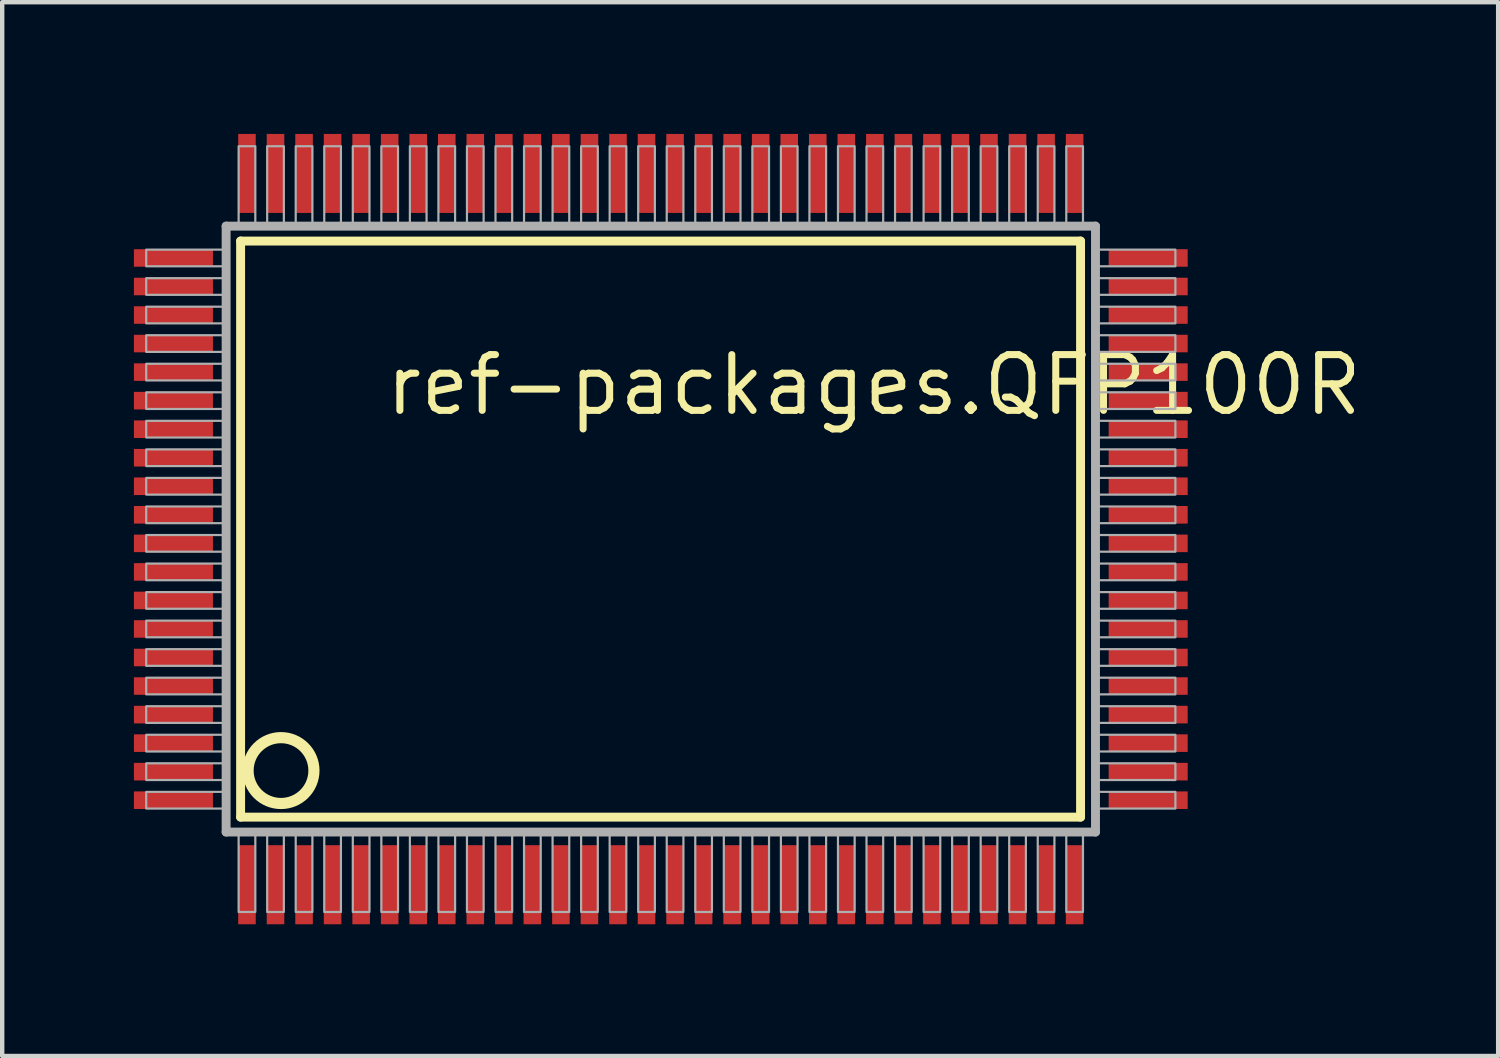
<source format=kicad_pcb>
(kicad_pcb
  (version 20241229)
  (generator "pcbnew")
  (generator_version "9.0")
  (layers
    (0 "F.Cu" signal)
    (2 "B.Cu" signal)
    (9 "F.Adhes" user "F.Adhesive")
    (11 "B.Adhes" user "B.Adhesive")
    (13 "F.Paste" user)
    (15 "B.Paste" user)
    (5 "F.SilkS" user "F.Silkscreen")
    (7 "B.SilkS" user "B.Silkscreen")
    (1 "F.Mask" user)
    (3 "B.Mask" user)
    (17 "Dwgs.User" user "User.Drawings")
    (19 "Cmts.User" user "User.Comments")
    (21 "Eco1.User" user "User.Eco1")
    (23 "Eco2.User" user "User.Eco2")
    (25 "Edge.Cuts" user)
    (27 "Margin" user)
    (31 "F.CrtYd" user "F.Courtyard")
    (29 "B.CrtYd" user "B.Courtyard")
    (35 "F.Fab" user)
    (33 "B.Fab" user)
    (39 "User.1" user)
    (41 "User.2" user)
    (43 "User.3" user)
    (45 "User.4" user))
  (footprint "ref-packages.QFP100R"
    (layer "F.Cu")
    (at 12 9)
    (property "Reference" "ref-packages.QFP100R" (at -6.35 -2.54 0) (layer "F.SilkS") (effects (font (size 1.27 1.27) (thickness 0.16)) (justify left bottom)))
    (attr smd)
    (fp_line (start -9.57 -6.56) (end 9.56 -6.56) (stroke (width 0.203) (type default)) (layer "F.SilkS"))
    (fp_line (start -9.57 6.56) (end -9.57 -6.56) (stroke (width 0.203) (type default)) (layer "F.SilkS"))
    (fp_line (start 9.56 -6.56) (end 9.56 6.56) (stroke (width 0.203) (type default)) (layer "F.SilkS"))
    (fp_line (start 9.56 6.56) (end -9.57 6.56) (stroke (width 0.203) (type default)) (layer "F.SilkS"))
    (fp_circle (center -8.65 5.5) (end -7.9 5.5) (stroke (width 0.254) (type default)) (fill no) (layer "F.SilkS"))
    (fp_line (start -9.9 -6.9) (end -9.9 6.9) (stroke (width 0.203) (type default)) (layer "F.Fab"))
    (fp_line (start -9.9 6.9) (end 9.9 6.9) (stroke (width 0.203) (type default)) (layer "F.Fab"))
    (fp_line (start 9.9 -6.9) (end -9.9 -6.9) (stroke (width 0.203) (type default)) (layer "F.Fab"))
    (fp_line (start 9.9 6.9) (end 9.9 -6.9) (stroke (width 0.203) (type default)) (layer "F.Fab"))
    (fp_rect (start -11.72 -5.985) (end -9.95 -6.365) (stroke (width 0.05) (type default)) (fill no) (layer "F.Fab"))
    (fp_rect (start -11.72 -5.335) (end -9.95 -5.715) (stroke (width 0.05) (type default)) (fill no) (layer "F.Fab"))
    (fp_rect (start -11.72 -4.685) (end -9.95 -5.065) (stroke (width 0.05) (type default)) (fill no) (layer "F.Fab"))
    (fp_rect (start -11.72 -4.035) (end -9.95 -4.415) (stroke (width 0.05) (type default)) (fill no) (layer "F.Fab"))
    (fp_rect (start -11.72 -3.385) (end -9.95 -3.765) (stroke (width 0.05) (type default)) (fill no) (layer "F.Fab"))
    (fp_rect (start -11.72 -2.735) (end -9.95 -3.115) (stroke (width 0.05) (type default)) (fill no) (layer "F.Fab"))
    (fp_rect (start -11.72 -2.085) (end -9.95 -2.465) (stroke (width 0.05) (type default)) (fill no) (layer "F.Fab"))
    (fp_rect (start -11.72 -1.435) (end -9.95 -1.815) (stroke (width 0.05) (type default)) (fill no) (layer "F.Fab"))
    (fp_rect (start -11.72 -0.785) (end -9.95 -1.165) (stroke (width 0.05) (type default)) (fill no) (layer "F.Fab"))
    (fp_rect (start -11.72 -0.135) (end -9.95 -0.515) (stroke (width 0.05) (type default)) (fill no) (layer "F.Fab"))
    (fp_rect (start -11.72 0.515) (end -9.95 0.135) (stroke (width 0.05) (type default)) (fill no) (layer "F.Fab"))
    (fp_rect (start -11.72 1.165) (end -9.95 0.785) (stroke (width 0.05) (type default)) (fill no) (layer "F.Fab"))
    (fp_rect (start -11.72 1.815) (end -9.95 1.435) (stroke (width 0.05) (type default)) (fill no) (layer "F.Fab"))
    (fp_rect (start -11.72 2.465) (end -9.95 2.085) (stroke (width 0.05) (type default)) (fill no) (layer "F.Fab"))
    (fp_rect (start -11.72 3.115) (end -9.95 2.735) (stroke (width 0.05) (type default)) (fill no) (layer "F.Fab"))
    (fp_rect (start -11.72 3.765) (end -9.95 3.385) (stroke (width 0.05) (type default)) (fill no) (layer "F.Fab"))
    (fp_rect (start -11.72 4.415) (end -9.95 4.035) (stroke (width 0.05) (type default)) (fill no) (layer "F.Fab"))
    (fp_rect (start -11.72 5.065) (end -9.95 4.685) (stroke (width 0.05) (type default)) (fill no) (layer "F.Fab"))
    (fp_rect (start -11.72 5.715) (end -9.95 5.335) (stroke (width 0.05) (type default)) (fill no) (layer "F.Fab"))
    (fp_rect (start -11.72 6.365) (end -9.95 5.985) (stroke (width 0.05) (type default)) (fill no) (layer "F.Fab"))
    (fp_rect (start -9.615 -6.95) (end -9.235 -8.72) (stroke (width 0.05) (type default)) (fill no) (layer "F.Fab"))
    (fp_rect (start -9.615 8.72) (end -9.235 6.95) (stroke (width 0.05) (type default)) (fill no) (layer "F.Fab"))
    (fp_rect (start -8.965 -6.95) (end -8.585 -8.72) (stroke (width 0.05) (type default)) (fill no) (layer "F.Fab"))
    (fp_rect (start -8.965 8.72) (end -8.585 6.95) (stroke (width 0.05) (type default)) (fill no) (layer "F.Fab"))
    (fp_rect (start -8.315 -6.95) (end -7.935 -8.72) (stroke (width 0.05) (type default)) (fill no) (layer "F.Fab"))
    (fp_rect (start -8.315 8.72) (end -7.935 6.95) (stroke (width 0.05) (type default)) (fill no) (layer "F.Fab"))
    (fp_rect (start -7.665 -6.95) (end -7.285 -8.72) (stroke (width 0.05) (type default)) (fill no) (layer "F.Fab"))
    (fp_rect (start -7.665 8.72) (end -7.285 6.95) (stroke (width 0.05) (type default)) (fill no) (layer "F.Fab"))
    (fp_rect (start -7.015 -6.95) (end -6.635 -8.72) (stroke (width 0.05) (type default)) (fill no) (layer "F.Fab"))
    (fp_rect (start -7.015 8.72) (end -6.635 6.95) (stroke (width 0.05) (type default)) (fill no) (layer "F.Fab"))
    (fp_rect (start -6.365 -6.95) (end -5.985 -8.72) (stroke (width 0.05) (type default)) (fill no) (layer "F.Fab"))
    (fp_rect (start -6.365 8.72) (end -5.985 6.95) (stroke (width 0.05) (type default)) (fill no) (layer "F.Fab"))
    (fp_rect (start -5.715 -6.95) (end -5.335 -8.72) (stroke (width 0.05) (type default)) (fill no) (layer "F.Fab"))
    (fp_rect (start -5.715 8.72) (end -5.335 6.95) (stroke (width 0.05) (type default)) (fill no) (layer "F.Fab"))
    (fp_rect (start -5.065 -6.95) (end -4.685 -8.72) (stroke (width 0.05) (type default)) (fill no) (layer "F.Fab"))
    (fp_rect (start -5.065 8.72) (end -4.685 6.95) (stroke (width 0.05) (type default)) (fill no) (layer "F.Fab"))
    (fp_rect (start -4.415 -6.95) (end -4.035 -8.72) (stroke (width 0.05) (type default)) (fill no) (layer "F.Fab"))
    (fp_rect (start -4.415 8.72) (end -4.035 6.95) (stroke (width 0.05) (type default)) (fill no) (layer "F.Fab"))
    (fp_rect (start -3.765 -6.95) (end -3.385 -8.72) (stroke (width 0.05) (type default)) (fill no) (layer "F.Fab"))
    (fp_rect (start -3.765 8.72) (end -3.385 6.95) (stroke (width 0.05) (type default)) (fill no) (layer "F.Fab"))
    (fp_rect (start -3.115 -6.95) (end -2.735 -8.72) (stroke (width 0.05) (type default)) (fill no) (layer "F.Fab"))
    (fp_rect (start -3.115 8.72) (end -2.735 6.95) (stroke (width 0.05) (type default)) (fill no) (layer "F.Fab"))
    (fp_rect (start -2.465 -6.95) (end -2.085 -8.72) (stroke (width 0.05) (type default)) (fill no) (layer "F.Fab"))
    (fp_rect (start -2.465 8.72) (end -2.085 6.95) (stroke (width 0.05) (type default)) (fill no) (layer "F.Fab"))
    (fp_rect (start -1.815 -6.95) (end -1.435 -8.72) (stroke (width 0.05) (type default)) (fill no) (layer "F.Fab"))
    (fp_rect (start -1.815 8.72) (end -1.435 6.95) (stroke (width 0.05) (type default)) (fill no) (layer "F.Fab"))
    (fp_rect (start -1.165 -6.95) (end -0.785 -8.72) (stroke (width 0.05) (type default)) (fill no) (layer "F.Fab"))
    (fp_rect (start -1.165 8.72) (end -0.785 6.95) (stroke (width 0.05) (type default)) (fill no) (layer "F.Fab"))
    (fp_rect (start -0.515 -6.95) (end -0.135 -8.72) (stroke (width 0.05) (type default)) (fill no) (layer "F.Fab"))
    (fp_rect (start -0.515 8.72) (end -0.135 6.95) (stroke (width 0.05) (type default)) (fill no) (layer "F.Fab"))
    (fp_rect (start 0.135 -6.95) (end 0.515 -8.72) (stroke (width 0.05) (type default)) (fill no) (layer "F.Fab"))
    (fp_rect (start 0.135 8.72) (end 0.515 6.95) (stroke (width 0.05) (type default)) (fill no) (layer "F.Fab"))
    (fp_rect (start 0.785 -6.95) (end 1.165 -8.72) (stroke (width 0.05) (type default)) (fill no) (layer "F.Fab"))
    (fp_rect (start 0.785 8.72) (end 1.165 6.95) (stroke (width 0.05) (type default)) (fill no) (layer "F.Fab"))
    (fp_rect (start 1.435 -6.95) (end 1.815 -8.72) (stroke (width 0.05) (type default)) (fill no) (layer "F.Fab"))
    (fp_rect (start 1.435 8.72) (end 1.815 6.95) (stroke (width 0.05) (type default)) (fill no) (layer "F.Fab"))
    (fp_rect (start 2.085 -6.95) (end 2.465 -8.72) (stroke (width 0.05) (type default)) (fill no) (layer "F.Fab"))
    (fp_rect (start 2.085 8.72) (end 2.465 6.95) (stroke (width 0.05) (type default)) (fill no) (layer "F.Fab"))
    (fp_rect (start 2.735 -6.95) (end 3.115 -8.72) (stroke (width 0.05) (type default)) (fill no) (layer "F.Fab"))
    (fp_rect (start 2.735 8.72) (end 3.115 6.95) (stroke (width 0.05) (type default)) (fill no) (layer "F.Fab"))
    (fp_rect (start 3.385 -6.95) (end 3.765 -8.72) (stroke (width 0.05) (type default)) (fill no) (layer "F.Fab"))
    (fp_rect (start 3.385 8.72) (end 3.765 6.95) (stroke (width 0.05) (type default)) (fill no) (layer "F.Fab"))
    (fp_rect (start 4.035 -6.95) (end 4.415 -8.72) (stroke (width 0.05) (type default)) (fill no) (layer "F.Fab"))
    (fp_rect (start 4.035 8.72) (end 4.415 6.95) (stroke (width 0.05) (type default)) (fill no) (layer "F.Fab"))
    (fp_rect (start 4.685 -6.95) (end 5.065 -8.72) (stroke (width 0.05) (type default)) (fill no) (layer "F.Fab"))
    (fp_rect (start 4.685 8.72) (end 5.065 6.95) (stroke (width 0.05) (type default)) (fill no) (layer "F.Fab"))
    (fp_rect (start 5.335 -6.95) (end 5.715 -8.72) (stroke (width 0.05) (type default)) (fill no) (layer "F.Fab"))
    (fp_rect (start 5.335 8.72) (end 5.715 6.95) (stroke (width 0.05) (type default)) (fill no) (layer "F.Fab"))
    (fp_rect (start 5.985 -6.95) (end 6.365 -8.72) (stroke (width 0.05) (type default)) (fill no) (layer "F.Fab"))
    (fp_rect (start 5.985 8.72) (end 6.365 6.95) (stroke (width 0.05) (type default)) (fill no) (layer "F.Fab"))
    (fp_rect (start 6.635 -6.95) (end 7.015 -8.72) (stroke (width 0.05) (type default)) (fill no) (layer "F.Fab"))
    (fp_rect (start 6.635 8.72) (end 7.015 6.95) (stroke (width 0.05) (type default)) (fill no) (layer "F.Fab"))
    (fp_rect (start 7.285 -6.95) (end 7.665 -8.72) (stroke (width 0.05) (type default)) (fill no) (layer "F.Fab"))
    (fp_rect (start 7.285 8.72) (end 7.665 6.95) (stroke (width 0.05) (type default)) (fill no) (layer "F.Fab"))
    (fp_rect (start 7.935 -6.95) (end 8.315 -8.72) (stroke (width 0.05) (type default)) (fill no) (layer "F.Fab"))
    (fp_rect (start 7.935 8.72) (end 8.315 6.95) (stroke (width 0.05) (type default)) (fill no) (layer "F.Fab"))
    (fp_rect (start 8.585 -6.95) (end 8.965 -8.72) (stroke (width 0.05) (type default)) (fill no) (layer "F.Fab"))
    (fp_rect (start 8.585 8.72) (end 8.965 6.95) (stroke (width 0.05) (type default)) (fill no) (layer "F.Fab"))
    (fp_rect (start 9.235 -6.95) (end 9.615 -8.72) (stroke (width 0.05) (type default)) (fill no) (layer "F.Fab"))
    (fp_rect (start 9.235 8.72) (end 9.615 6.95) (stroke (width 0.05) (type default)) (fill no) (layer "F.Fab"))
    (fp_rect (start 9.95 -5.985) (end 11.72 -6.365) (stroke (width 0.05) (type default)) (fill no) (layer "F.Fab"))
    (fp_rect (start 9.95 -5.335) (end 11.72 -5.715) (stroke (width 0.05) (type default)) (fill no) (layer "F.Fab"))
    (fp_rect (start 9.95 -4.685) (end 11.72 -5.065) (stroke (width 0.05) (type default)) (fill no) (layer "F.Fab"))
    (fp_rect (start 9.95 -4.035) (end 11.72 -4.415) (stroke (width 0.05) (type default)) (fill no) (layer "F.Fab"))
    (fp_rect (start 9.95 -3.385) (end 11.72 -3.765) (stroke (width 0.05) (type default)) (fill no) (layer "F.Fab"))
    (fp_rect (start 9.95 -2.735) (end 11.72 -3.115) (stroke (width 0.05) (type default)) (fill no) (layer "F.Fab"))
    (fp_rect (start 9.95 -2.085) (end 11.72 -2.465) (stroke (width 0.05) (type default)) (fill no) (layer "F.Fab"))
    (fp_rect (start 9.95 -1.435) (end 11.72 -1.815) (stroke (width 0.05) (type default)) (fill no) (layer "F.Fab"))
    (fp_rect (start 9.95 -0.785) (end 11.72 -1.165) (stroke (width 0.05) (type default)) (fill no) (layer "F.Fab"))
    (fp_rect (start 9.95 -0.135) (end 11.72 -0.515) (stroke (width 0.05) (type default)) (fill no) (layer "F.Fab"))
    (fp_rect (start 9.95 0.515) (end 11.72 0.135) (stroke (width 0.05) (type default)) (fill no) (layer "F.Fab"))
    (fp_rect (start 9.95 1.165) (end 11.72 0.785) (stroke (width 0.05) (type default)) (fill no) (layer "F.Fab"))
    (fp_rect (start 9.95 1.815) (end 11.72 1.435) (stroke (width 0.05) (type default)) (fill no) (layer "F.Fab"))
    (fp_rect (start 9.95 2.465) (end 11.72 2.085) (stroke (width 0.05) (type default)) (fill no) (layer "F.Fab"))
    (fp_rect (start 9.95 3.115) (end 11.72 2.735) (stroke (width 0.05) (type default)) (fill no) (layer "F.Fab"))
    (fp_rect (start 9.95 3.765) (end 11.72 3.385) (stroke (width 0.05) (type default)) (fill no) (layer "F.Fab"))
    (fp_rect (start 9.95 4.415) (end 11.72 4.035) (stroke (width 0.05) (type default)) (fill no) (layer "F.Fab"))
    (fp_rect (start 9.95 5.065) (end 11.72 4.685) (stroke (width 0.05) (type default)) (fill no) (layer "F.Fab"))
    (fp_rect (start 9.95 5.715) (end 11.72 5.335) (stroke (width 0.05) (type default)) (fill no) (layer "F.Fab"))
    (fp_rect (start 9.95 6.365) (end 11.72 5.985) (stroke (width 0.05) (type default)) (fill no) (layer "F.Fab"))
    (pad "1" smd roundrect (at -9.425 8.1) (size 0.4 1.8) (layers "F.Cu" "F.Mask" "F.Paste") (roundrect_rratio 0.01))
    (pad "2" smd roundrect (at -8.775 8.1) (size 0.4 1.8) (layers "F.Cu" "F.Mask" "F.Paste") (roundrect_rratio 0.01))
    (pad "3" smd roundrect (at -8.125 8.1) (size 0.4 1.8) (layers "F.Cu" "F.Mask" "F.Paste") (roundrect_rratio 0.01))
    (pad "4" smd roundrect (at -7.475 8.1) (size 0.4 1.8) (layers "F.Cu" "F.Mask" "F.Paste") (roundrect_rratio 0.01))
    (pad "5" smd roundrect (at -6.825 8.1) (size 0.4 1.8) (layers "F.Cu" "F.Mask" "F.Paste") (roundrect_rratio 0.01))
    (pad "6" smd roundrect (at -6.175 8.1) (size 0.4 1.8) (layers "F.Cu" "F.Mask" "F.Paste") (roundrect_rratio 0.01))
    (pad "7" smd roundrect (at -5.525 8.1) (size 0.4 1.8) (layers "F.Cu" "F.Mask" "F.Paste") (roundrect_rratio 0.01))
    (pad "8" smd roundrect (at -4.875 8.1) (size 0.4 1.8) (layers "F.Cu" "F.Mask" "F.Paste") (roundrect_rratio 0.01))
    (pad "9" smd roundrect (at -4.225 8.1) (size 0.4 1.8) (layers "F.Cu" "F.Mask" "F.Paste") (roundrect_rratio 0.01))
    (pad "10" smd roundrect (at -3.575 8.1) (size 0.4 1.8) (layers "F.Cu" "F.Mask" "F.Paste") (roundrect_rratio 0.01))
    (pad "11" smd roundrect (at -2.925 8.1) (size 0.4 1.8) (layers "F.Cu" "F.Mask" "F.Paste") (roundrect_rratio 0.01))
    (pad "12" smd roundrect (at -2.275 8.1) (size 0.4 1.8) (layers "F.Cu" "F.Mask" "F.Paste") (roundrect_rratio 0.01))
    (pad "13" smd roundrect (at -1.625 8.1) (size 0.4 1.8) (layers "F.Cu" "F.Mask" "F.Paste") (roundrect_rratio 0.01))
    (pad "14" smd roundrect (at -0.975 8.1) (size 0.4 1.8) (layers "F.Cu" "F.Mask" "F.Paste") (roundrect_rratio 0.01))
    (pad "15" smd roundrect (at -0.325 8.1) (size 0.4 1.8) (layers "F.Cu" "F.Mask" "F.Paste") (roundrect_rratio 0.01))
    (pad "16" smd roundrect (at 0.325 8.1) (size 0.4 1.8) (layers "F.Cu" "F.Mask" "F.Paste") (roundrect_rratio 0.01))
    (pad "17" smd roundrect (at 0.975 8.1) (size 0.4 1.8) (layers "F.Cu" "F.Mask" "F.Paste") (roundrect_rratio 0.01))
    (pad "18" smd roundrect (at 1.625 8.1) (size 0.4 1.8) (layers "F.Cu" "F.Mask" "F.Paste") (roundrect_rratio 0.01))
    (pad "19" smd roundrect (at 2.275 8.1) (size 0.4 1.8) (layers "F.Cu" "F.Mask" "F.Paste") (roundrect_rratio 0.01))
    (pad "20" smd roundrect (at 2.925 8.1) (size 0.4 1.8) (layers "F.Cu" "F.Mask" "F.Paste") (roundrect_rratio 0.01))
    (pad "21" smd roundrect (at 3.575 8.1) (size 0.4 1.8) (layers "F.Cu" "F.Mask" "F.Paste") (roundrect_rratio 0.01))
    (pad "22" smd roundrect (at 4.225 8.1) (size 0.4 1.8) (layers "F.Cu" "F.Mask" "F.Paste") (roundrect_rratio 0.01))
    (pad "23" smd roundrect (at 4.875 8.1) (size 0.4 1.8) (layers "F.Cu" "F.Mask" "F.Paste") (roundrect_rratio 0.01))
    (pad "24" smd roundrect (at 5.525 8.1) (size 0.4 1.8) (layers "F.Cu" "F.Mask" "F.Paste") (roundrect_rratio 0.01))
    (pad "25" smd roundrect (at 6.175 8.1) (size 0.4 1.8) (layers "F.Cu" "F.Mask" "F.Paste") (roundrect_rratio 0.01))
    (pad "26" smd roundrect (at 6.825 8.1) (size 0.4 1.8) (layers "F.Cu" "F.Mask" "F.Paste") (roundrect_rratio 0.01))
    (pad "27" smd roundrect (at 7.475 8.1) (size 0.4 1.8) (layers "F.Cu" "F.Mask" "F.Paste") (roundrect_rratio 0.01))
    (pad "28" smd roundrect (at 8.125 8.1) (size 0.4 1.8) (layers "F.Cu" "F.Mask" "F.Paste") (roundrect_rratio 0.01))
    (pad "29" smd roundrect (at 8.775 8.1) (size 0.4 1.8) (layers "F.Cu" "F.Mask" "F.Paste") (roundrect_rratio 0.01))
    (pad "30" smd roundrect (at 9.425 8.1) (size 0.4 1.8) (layers "F.Cu" "F.Mask" "F.Paste") (roundrect_rratio 0.01))
    (pad "31" smd roundrect (at 11.1 6.175) (size 1.8 0.4) (layers "F.Cu" "F.Mask" "F.Paste") (roundrect_rratio 0.01))
    (pad "32" smd roundrect (at 11.1 5.525) (size 1.8 0.4) (layers "F.Cu" "F.Mask" "F.Paste") (roundrect_rratio 0.01))
    (pad "33" smd roundrect (at 11.1 4.875) (size 1.8 0.4) (layers "F.Cu" "F.Mask" "F.Paste") (roundrect_rratio 0.01))
    (pad "34" smd roundrect (at 11.1 4.225) (size 1.8 0.4) (layers "F.Cu" "F.Mask" "F.Paste") (roundrect_rratio 0.01))
    (pad "35" smd roundrect (at 11.1 3.575) (size 1.8 0.4) (layers "F.Cu" "F.Mask" "F.Paste") (roundrect_rratio 0.01))
    (pad "36" smd roundrect (at 11.1 2.925) (size 1.8 0.4) (layers "F.Cu" "F.Mask" "F.Paste") (roundrect_rratio 0.01))
    (pad "37" smd roundrect (at 11.1 2.275) (size 1.8 0.4) (layers "F.Cu" "F.Mask" "F.Paste") (roundrect_rratio 0.01))
    (pad "38" smd roundrect (at 11.1 1.625) (size 1.8 0.4) (layers "F.Cu" "F.Mask" "F.Paste") (roundrect_rratio 0.01))
    (pad "39" smd roundrect (at 11.1 0.975) (size 1.8 0.4) (layers "F.Cu" "F.Mask" "F.Paste") (roundrect_rratio 0.01))
    (pad "40" smd roundrect (at 11.1 0.325) (size 1.8 0.4) (layers "F.Cu" "F.Mask" "F.Paste") (roundrect_rratio 0.01))
    (pad "41" smd roundrect (at 11.1 -0.325) (size 1.8 0.4) (layers "F.Cu" "F.Mask" "F.Paste") (roundrect_rratio 0.01))
    (pad "42" smd roundrect (at 11.1 -0.975) (size 1.8 0.4) (layers "F.Cu" "F.Mask" "F.Paste") (roundrect_rratio 0.01))
    (pad "43" smd roundrect (at 11.1 -1.625) (size 1.8 0.4) (layers "F.Cu" "F.Mask" "F.Paste") (roundrect_rratio 0.01))
    (pad "44" smd roundrect (at 11.1 -2.275) (size 1.8 0.4) (layers "F.Cu" "F.Mask" "F.Paste") (roundrect_rratio 0.01))
    (pad "45" smd roundrect (at 11.1 -2.925) (size 1.8 0.4) (layers "F.Cu" "F.Mask" "F.Paste") (roundrect_rratio 0.01))
    (pad "46" smd roundrect (at 11.1 -3.575) (size 1.8 0.4) (layers "F.Cu" "F.Mask" "F.Paste") (roundrect_rratio 0.01))
    (pad "47" smd roundrect (at 11.1 -4.225) (size 1.8 0.4) (layers "F.Cu" "F.Mask" "F.Paste") (roundrect_rratio 0.01))
    (pad "48" smd roundrect (at 11.1 -4.875) (size 1.8 0.4) (layers "F.Cu" "F.Mask" "F.Paste") (roundrect_rratio 0.01))
    (pad "49" smd roundrect (at 11.1 -5.525) (size 1.8 0.4) (layers "F.Cu" "F.Mask" "F.Paste") (roundrect_rratio 0.01))
    (pad "50" smd roundrect (at 11.1 -6.175) (size 1.8 0.4) (layers "F.Cu" "F.Mask" "F.Paste") (roundrect_rratio 0.01))
    (pad "51" smd roundrect (at 9.425 -8.1) (size 0.4 1.8) (layers "F.Cu" "F.Mask" "F.Paste") (roundrect_rratio 0.01))
    (pad "52" smd roundrect (at 8.775 -8.1) (size 0.4 1.8) (layers "F.Cu" "F.Mask" "F.Paste") (roundrect_rratio 0.01))
    (pad "53" smd roundrect (at 8.125 -8.1) (size 0.4 1.8) (layers "F.Cu" "F.Mask" "F.Paste") (roundrect_rratio 0.01))
    (pad "54" smd roundrect (at 7.475 -8.1) (size 0.4 1.8) (layers "F.Cu" "F.Mask" "F.Paste") (roundrect_rratio 0.01))
    (pad "55" smd roundrect (at 6.825 -8.1) (size 0.4 1.8) (layers "F.Cu" "F.Mask" "F.Paste") (roundrect_rratio 0.01))
    (pad "56" smd roundrect (at 6.175 -8.1) (size 0.4 1.8) (layers "F.Cu" "F.Mask" "F.Paste") (roundrect_rratio 0.01))
    (pad "57" smd roundrect (at 5.525 -8.1) (size 0.4 1.8) (layers "F.Cu" "F.Mask" "F.Paste") (roundrect_rratio 0.01))
    (pad "58" smd roundrect (at 4.875 -8.1) (size 0.4 1.8) (layers "F.Cu" "F.Mask" "F.Paste") (roundrect_rratio 0.01))
    (pad "59" smd roundrect (at 4.225 -8.1) (size 0.4 1.8) (layers "F.Cu" "F.Mask" "F.Paste") (roundrect_rratio 0.01))
    (pad "60" smd roundrect (at 3.575 -8.1) (size 0.4 1.8) (layers "F.Cu" "F.Mask" "F.Paste") (roundrect_rratio 0.01))
    (pad "61" smd roundrect (at 2.925 -8.1) (size 0.4 1.8) (layers "F.Cu" "F.Mask" "F.Paste") (roundrect_rratio 0.01))
    (pad "62" smd roundrect (at 2.275 -8.1) (size 0.4 1.8) (layers "F.Cu" "F.Mask" "F.Paste") (roundrect_rratio 0.01))
    (pad "63" smd roundrect (at 1.625 -8.1) (size 0.4 1.8) (layers "F.Cu" "F.Mask" "F.Paste") (roundrect_rratio 0.01))
    (pad "64" smd roundrect (at 0.975 -8.1) (size 0.4 1.8) (layers "F.Cu" "F.Mask" "F.Paste") (roundrect_rratio 0.01))
    (pad "65" smd roundrect (at 0.325 -8.1) (size 0.4 1.8) (layers "F.Cu" "F.Mask" "F.Paste") (roundrect_rratio 0.01))
    (pad "66" smd roundrect (at -0.325 -8.1) (size 0.4 1.8) (layers "F.Cu" "F.Mask" "F.Paste") (roundrect_rratio 0.01))
    (pad "67" smd roundrect (at -0.975 -8.1) (size 0.4 1.8) (layers "F.Cu" "F.Mask" "F.Paste") (roundrect_rratio 0.01))
    (pad "68" smd roundrect (at -1.625 -8.1) (size 0.4 1.8) (layers "F.Cu" "F.Mask" "F.Paste") (roundrect_rratio 0.01))
    (pad "69" smd roundrect (at -2.275 -8.1) (size 0.4 1.8) (layers "F.Cu" "F.Mask" "F.Paste") (roundrect_rratio 0.01))
    (pad "70" smd roundrect (at -2.925 -8.1) (size 0.4 1.8) (layers "F.Cu" "F.Mask" "F.Paste") (roundrect_rratio 0.01))
    (pad "71" smd roundrect (at -3.575 -8.1) (size 0.4 1.8) (layers "F.Cu" "F.Mask" "F.Paste") (roundrect_rratio 0.01))
    (pad "72" smd roundrect (at -4.225 -8.1) (size 0.4 1.8) (layers "F.Cu" "F.Mask" "F.Paste") (roundrect_rratio 0.01))
    (pad "73" smd roundrect (at -4.875 -8.1) (size 0.4 1.8) (layers "F.Cu" "F.Mask" "F.Paste") (roundrect_rratio 0.01))
    (pad "74" smd roundrect (at -5.525 -8.1) (size 0.4 1.8) (layers "F.Cu" "F.Mask" "F.Paste") (roundrect_rratio 0.01))
    (pad "75" smd roundrect (at -6.175 -8.1) (size 0.4 1.8) (layers "F.Cu" "F.Mask" "F.Paste") (roundrect_rratio 0.01))
    (pad "76" smd roundrect (at -6.825 -8.1) (size 0.4 1.8) (layers "F.Cu" "F.Mask" "F.Paste") (roundrect_rratio 0.01))
    (pad "77" smd roundrect (at -7.475 -8.1) (size 0.4 1.8) (layers "F.Cu" "F.Mask" "F.Paste") (roundrect_rratio 0.01))
    (pad "78" smd roundrect (at -8.125 -8.1) (size 0.4 1.8) (layers "F.Cu" "F.Mask" "F.Paste") (roundrect_rratio 0.01))
    (pad "79" smd roundrect (at -8.775 -8.1) (size 0.4 1.8) (layers "F.Cu" "F.Mask" "F.Paste") (roundrect_rratio 0.01))
    (pad "80" smd roundrect (at -9.425 -8.1) (size 0.4 1.8) (layers "F.Cu" "F.Mask" "F.Paste") (roundrect_rratio 0.01))
    (pad "81" smd roundrect (at -11.1 -6.175) (size 1.8 0.4) (layers "F.Cu" "F.Mask" "F.Paste") (roundrect_rratio 0.01))
    (pad "82" smd roundrect (at -11.1 -5.525) (size 1.8 0.4) (layers "F.Cu" "F.Mask" "F.Paste") (roundrect_rratio 0.01))
    (pad "83" smd roundrect (at -11.1 -4.875) (size 1.8 0.4) (layers "F.Cu" "F.Mask" "F.Paste") (roundrect_rratio 0.01))
    (pad "84" smd roundrect (at -11.1 -4.225) (size 1.8 0.4) (layers "F.Cu" "F.Mask" "F.Paste") (roundrect_rratio 0.01))
    (pad "85" smd roundrect (at -11.1 -3.575) (size 1.8 0.4) (layers "F.Cu" "F.Mask" "F.Paste") (roundrect_rratio 0.01))
    (pad "86" smd roundrect (at -11.1 -2.925) (size 1.8 0.4) (layers "F.Cu" "F.Mask" "F.Paste") (roundrect_rratio 0.01))
    (pad "87" smd roundrect (at -11.1 -2.275) (size 1.8 0.4) (layers "F.Cu" "F.Mask" "F.Paste") (roundrect_rratio 0.01))
    (pad "88" smd roundrect (at -11.1 -1.625) (size 1.8 0.4) (layers "F.Cu" "F.Mask" "F.Paste") (roundrect_rratio 0.01))
    (pad "89" smd roundrect (at -11.1 -0.975) (size 1.8 0.4) (layers "F.Cu" "F.Mask" "F.Paste") (roundrect_rratio 0.01))
    (pad "90" smd roundrect (at -11.1 -0.325) (size 1.8 0.4) (layers "F.Cu" "F.Mask" "F.Paste") (roundrect_rratio 0.01))
    (pad "91" smd roundrect (at -11.1 0.325) (size 1.8 0.4) (layers "F.Cu" "F.Mask" "F.Paste") (roundrect_rratio 0.01))
    (pad "92" smd roundrect (at -11.1 0.975) (size 1.8 0.4) (layers "F.Cu" "F.Mask" "F.Paste") (roundrect_rratio 0.01))
    (pad "93" smd roundrect (at -11.1 1.625) (size 1.8 0.4) (layers "F.Cu" "F.Mask" "F.Paste") (roundrect_rratio 0.01))
    (pad "94" smd roundrect (at -11.1 2.275) (size 1.8 0.4) (layers "F.Cu" "F.Mask" "F.Paste") (roundrect_rratio 0.01))
    (pad "95" smd roundrect (at -11.1 2.925) (size 1.8 0.4) (layers "F.Cu" "F.Mask" "F.Paste") (roundrect_rratio 0.01))
    (pad "96" smd roundrect (at -11.1 3.575) (size 1.8 0.4) (layers "F.Cu" "F.Mask" "F.Paste") (roundrect_rratio 0.01))
    (pad "97" smd roundrect (at -11.1 4.225) (size 1.8 0.4) (layers "F.Cu" "F.Mask" "F.Paste") (roundrect_rratio 0.01))
    (pad "98" smd roundrect (at -11.1 4.875) (size 1.8 0.4) (layers "F.Cu" "F.Mask" "F.Paste") (roundrect_rratio 0.01))
    (pad "99" smd roundrect (at -11.1 5.525) (size 1.8 0.4) (layers "F.Cu" "F.Mask" "F.Paste") (roundrect_rratio 0.01))
    (pad "100" smd roundrect (at -11.1 6.175) (size 1.8 0.4) (layers "F.Cu" "F.Mask" "F.Paste") (roundrect_rratio 0.01)))
  (gr_rect
    (start -3 -3)
    (end 31.071 21)
    (stroke (width 0.1) (type default))
    (fill no)
    (layer "Edge.Cuts")))
</source>
